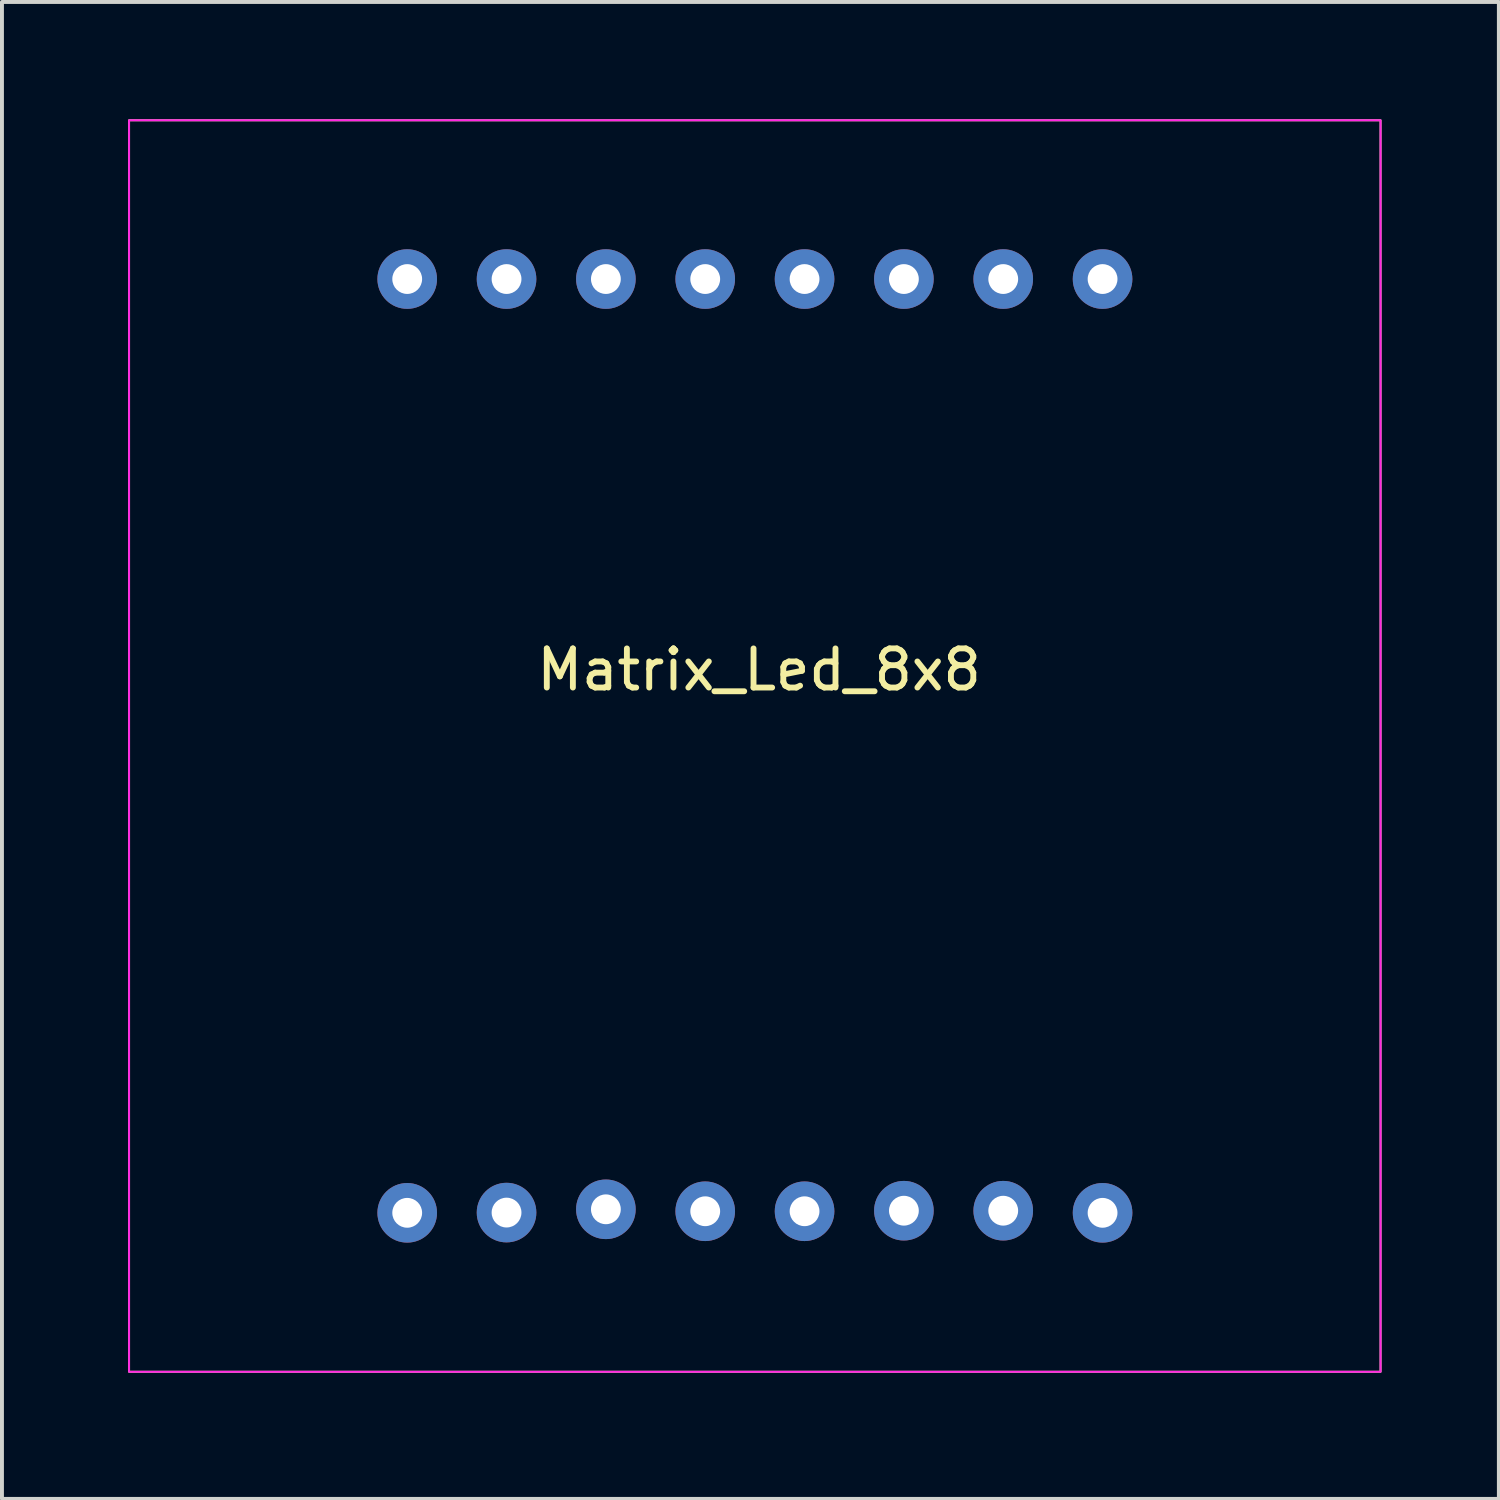
<source format=kicad_pcb>
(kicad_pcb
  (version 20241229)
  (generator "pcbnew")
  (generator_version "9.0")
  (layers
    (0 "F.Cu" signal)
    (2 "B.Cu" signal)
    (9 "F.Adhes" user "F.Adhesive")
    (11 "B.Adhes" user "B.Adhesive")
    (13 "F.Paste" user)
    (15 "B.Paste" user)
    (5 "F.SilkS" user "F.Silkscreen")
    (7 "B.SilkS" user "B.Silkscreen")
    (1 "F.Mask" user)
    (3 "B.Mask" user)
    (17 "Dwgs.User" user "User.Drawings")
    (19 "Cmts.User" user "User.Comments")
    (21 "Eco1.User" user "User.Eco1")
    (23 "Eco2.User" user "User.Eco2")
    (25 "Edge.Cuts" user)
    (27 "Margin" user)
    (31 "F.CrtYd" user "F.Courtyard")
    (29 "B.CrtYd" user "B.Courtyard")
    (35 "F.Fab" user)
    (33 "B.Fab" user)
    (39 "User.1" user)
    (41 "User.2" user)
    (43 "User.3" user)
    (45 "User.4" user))
  (footprint "Matrix_Led_8x8"
    (layer "F.Cu")
    (at 0.25 32.025)
    (property "Reference" "Matrix_Led_8x8" (at 16.11 -17.95 0) (layer "F.SilkS") (effects (font (size 1 1) (thickness 0.15))))
    (attr through_hole)
    (fp_rect (start 0 0) (end 32 -32) (stroke (width 0.05) (type solid)) (fill no) (layer "F.SilkS"))
    (fp_rect (start 0 0) (end 32 -32) (stroke (width 0.05) (type solid)) (fill no) (layer "F.CrtYd"))
    (pad "1" thru_hole circle (at 24.892 -4.064) (size 1.524 1.524) (drill 0.762) (layers "*.Cu" "*.Mask"))
    (pad "2" thru_hole circle (at 22.352 -4.118) (size 1.524 1.524) (drill 0.762) (layers "*.Cu" "*.Mask"))
    (pad "3" thru_hole circle (at 19.812 -4.118) (size 1.524 1.524) (drill 0.762) (layers "*.Cu" "*.Mask"))
    (pad "4" thru_hole circle (at 17.272 -4.104) (size 1.524 1.524) (drill 0.762) (layers "*.Cu" "*.Mask"))
    (pad "5" thru_hole circle (at 14.732 -4.104) (size 1.524 1.524) (drill 0.762) (layers "*.Cu" "*.Mask"))
    (pad "6" thru_hole circle (at 12.192 -4.154) (size 1.524 1.524) (drill 0.762) (layers "*.Cu" "*.Mask"))
    (pad "7" thru_hole circle (at 9.652 -4.07) (size 1.524 1.524) (drill 0.762) (layers "*.Cu" "*.Mask"))
    (pad "8" thru_hole circle (at 7.112 -4.064) (size 1.524 1.524) (drill 0.762) (layers "*.Cu" "*.Mask"))
    (pad "9" thru_hole circle (at 7.112 -27.94) (size 1.524 1.524) (drill 0.762) (layers "*.Cu" "*.Mask"))
    (pad "10" thru_hole circle (at 9.652 -27.94) (size 1.524 1.524) (drill 0.762) (layers "*.Cu" "*.Mask"))
    (pad "11" thru_hole circle (at 12.192 -27.94) (size 1.524 1.524) (drill 0.762) (layers "*.Cu" "*.Mask"))
    (pad "12" thru_hole circle (at 14.732 -27.94) (size 1.524 1.524) (drill 0.762) (layers "*.Cu" "*.Mask"))
    (pad "13" thru_hole circle (at 17.272 -27.94) (size 1.524 1.524) (drill 0.762) (layers "*.Cu" "*.Mask"))
    (pad "14" thru_hole circle (at 19.812 -27.94) (size 1.524 1.524) (drill 0.762) (layers "*.Cu" "*.Mask"))
    (pad "15" thru_hole circle (at 22.352 -27.94) (size 1.524 1.524) (drill 0.762) (layers "*.Cu" "*.Mask"))
    (pad "16" thru_hole circle (at 24.892 -27.94) (size 1.524 1.524) (drill 0.762) (layers "*.Cu" "*.Mask")))
  (gr_rect
    (start -3 -3)
    (end 35.275 35.275)
    (stroke (width 0.1) (type default))
    (fill no)
    (layer "Edge.Cuts")))
</source>
